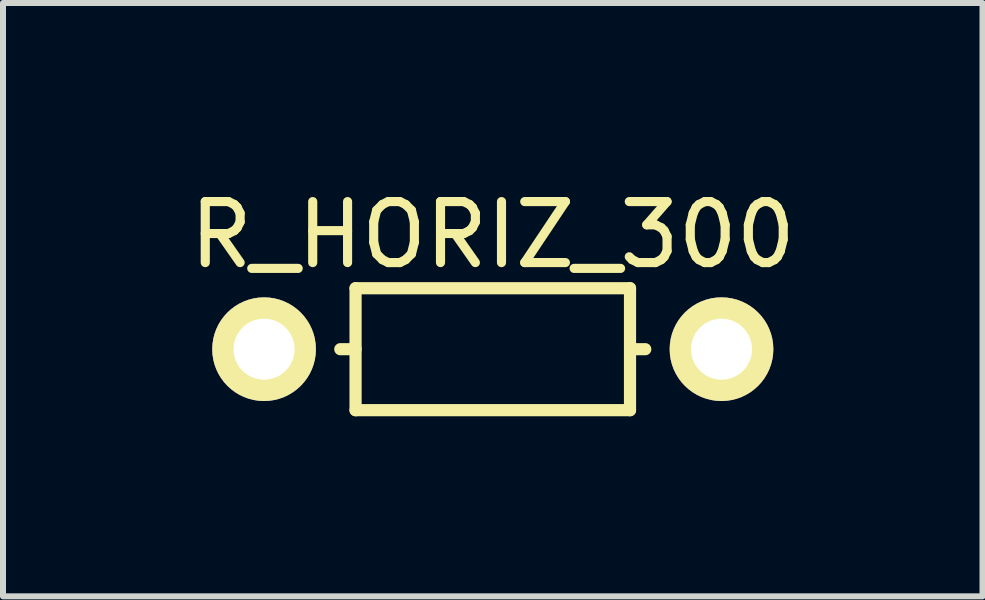
<source format=kicad_pcb>
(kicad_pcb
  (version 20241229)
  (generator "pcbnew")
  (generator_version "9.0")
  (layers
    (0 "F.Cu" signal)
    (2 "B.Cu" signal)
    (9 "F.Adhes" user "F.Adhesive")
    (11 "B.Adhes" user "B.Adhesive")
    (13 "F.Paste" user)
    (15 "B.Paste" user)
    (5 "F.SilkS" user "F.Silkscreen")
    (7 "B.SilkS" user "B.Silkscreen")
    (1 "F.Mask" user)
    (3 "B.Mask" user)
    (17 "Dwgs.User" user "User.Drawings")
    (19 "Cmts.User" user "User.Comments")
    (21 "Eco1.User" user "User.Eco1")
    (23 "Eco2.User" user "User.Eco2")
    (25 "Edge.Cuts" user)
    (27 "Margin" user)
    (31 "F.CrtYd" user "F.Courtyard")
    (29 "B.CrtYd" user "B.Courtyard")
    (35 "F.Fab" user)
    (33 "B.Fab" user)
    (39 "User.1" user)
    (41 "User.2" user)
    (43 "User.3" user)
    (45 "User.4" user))
  (footprint "R_HORIZ_300"
    (layer "F.Cu")
    (at 5.159 2.767)
    (property "Reference" "R_HORIZ_300" (at 0 -1.905 0) (layer "F.SilkS") (effects (font (size 1.016 1.016) (thickness 0.152))))
    (attr through_hole)
    (fp_line (start -2.286 -1.016) (end 2.286 -1.016) (stroke (width 0.203) (type solid)) (layer "F.SilkS"))
    (fp_line (start -2.286 0) (end -2.54 0) (stroke (width 0.203) (type solid)) (layer "F.SilkS"))
    (fp_line (start -2.286 1.016) (end -2.286 -1.016) (stroke (width 0.203) (type solid)) (layer "F.SilkS"))
    (fp_line (start 2.286 -1.016) (end 2.286 1.016) (stroke (width 0.203) (type solid)) (layer "F.SilkS"))
    (fp_line (start 2.286 0) (end 2.54 0) (stroke (width 0.203) (type solid)) (layer "F.SilkS"))
    (fp_line (start 2.286 1.016) (end -2.286 1.016) (stroke (width 0.203) (type solid)) (layer "F.SilkS"))
    (pad "1" thru_hole oval (at -3.81 0) (size 1.727 1.727) (drill 1.016) (layers "*.Cu" "*.Mask" "F.SilkS"))
    (pad "2" thru_hole oval (at 3.81 0) (size 1.727 1.727) (drill 1.016) (layers "*.Cu" "*.Mask" "F.SilkS")))
  (gr_rect
    (start -3 -3)
    (end 13.317 6.884)
    (stroke (width 0.1) (type default))
    (fill no)
    (layer "Edge.Cuts")))
</source>
